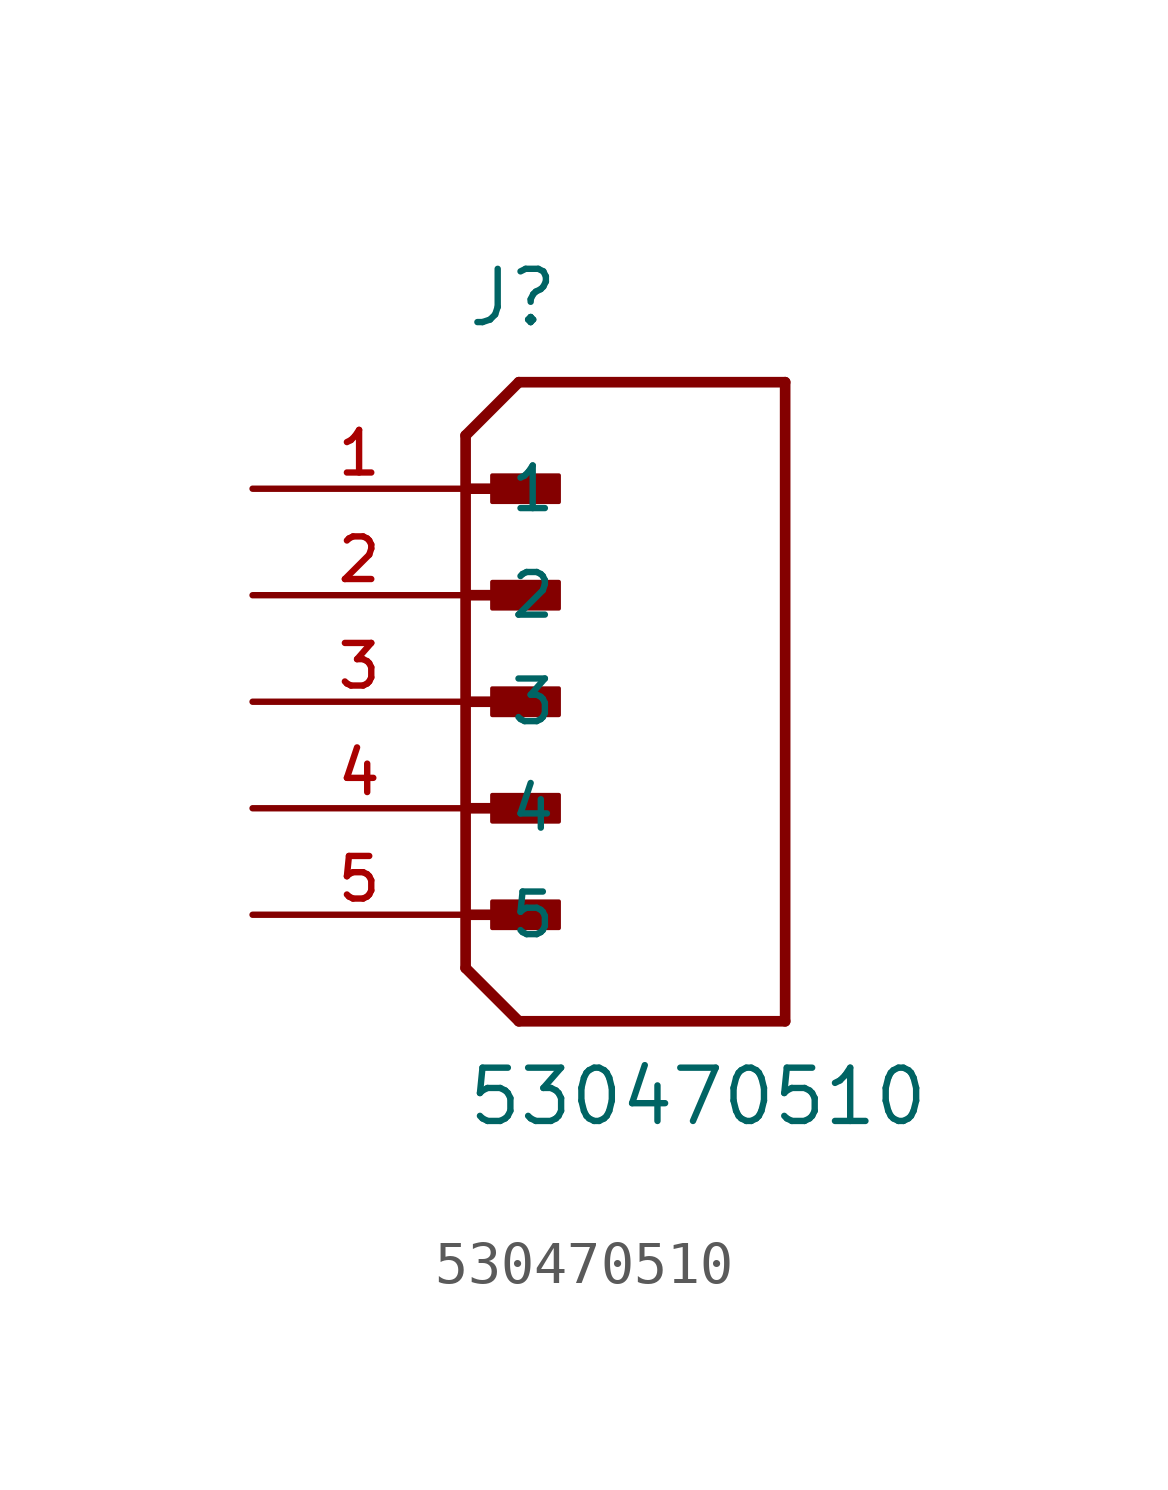
<source format=kicad_sym>
(kicad_symbol_lib
  (version 20211014)
  (generator kicad_symbol_editor)
  (symbol "530470510"
    (pin_names
      (offset 1.016))
    (property "Reference" "J"
      (at 0.0 8.89 0)
      (effects (font (size 1.27 1.27)) (justify bottom left)))
    (property "Value" "530470510"
      (at 0.0 -10.16 0)
      (effects (font (size 1.27 1.27)) (justify bottom left)))
    (symbol "530470510_0_0"
      (polyline (pts (xy 0.0 6.35) (xy 1.27 7.62)) (stroke (width 0.254)))
      (polyline (pts (xy 0.0 -6.35) (xy 1.27 -7.62)) (stroke (width 0.254)))
      (polyline (pts (xy 1.27 -7.62) (xy 7.62 -7.62)) (stroke (width 0.254)))
      (polyline (pts (xy 7.62 -7.62) (xy 7.62 7.62)) (stroke (width 0.254)))
      (polyline (pts (xy 7.62 7.62) (xy 1.27 7.62)) (stroke (width 0.254)))
      (polyline (pts (xy 0.0 5.08) (xy 1.905 5.08)) (stroke (width 0.254)))
      (rectangle (start 0.635 4.763) (end 2.223 5.397) (stroke (width 0.1)) (fill (type outline)))
      (polyline (pts (xy 0.0 2.54) (xy 1.905 2.54)) (stroke (width 0.254)))
      (rectangle (start 0.635 2.223) (end 2.223 2.857) (stroke (width 0.1)) (fill (type outline)))
      (polyline (pts (xy 0.0 6.35) (xy 0.0 -6.35)) (stroke (width 0.254)))
      (polyline (pts (xy 0.0 0.0) (xy 1.905 0.0)) (stroke (width 0.254)))
      (rectangle (start 0.635 -0.318) (end 2.223 0.318) (stroke (width 0.1)) (fill (type outline)))
      (polyline (pts (xy 0.0 -2.54) (xy 1.905 -2.54)) (stroke (width 0.254)))
      (rectangle (start 0.635 -2.857) (end 2.223 -2.223) (stroke (width 0.1)) (fill (type outline)))
      (polyline (pts (xy 0.0 -5.08) (xy 1.905 -5.08)) (stroke (width 0.254)))
      (rectangle (start 0.635 -5.397) (end 2.223 -4.763) (stroke (width 0.1)) (fill (type outline)))
      (pin passive line (at -5.08 5.08 0) (length 5.08) (name "1" (effects (font (size 1.016 1.016)))) (number "1" (effects (font (size 1.016 1.016)))))
      (pin passive line (at -5.08 2.54 0) (length 5.08) (name "2" (effects (font (size 1.016 1.016)))) (number "2" (effects (font (size 1.016 1.016)))))
      (pin passive line (at -5.08 0.0 0) (length 5.08) (name "3" (effects (font (size 1.016 1.016)))) (number "3" (effects (font (size 1.016 1.016)))))
      (pin passive line (at -5.08 -2.54 0) (length 5.08) (name "4" (effects (font (size 1.016 1.016)))) (number "4" (effects (font (size 1.016 1.016)))))
      (pin passive line (at -5.08 -5.08 0) (length 5.08) (name "5" (effects (font (size 1.016 1.016)))) (number "5" (effects (font (size 1.016 1.016))))))))
</source>
